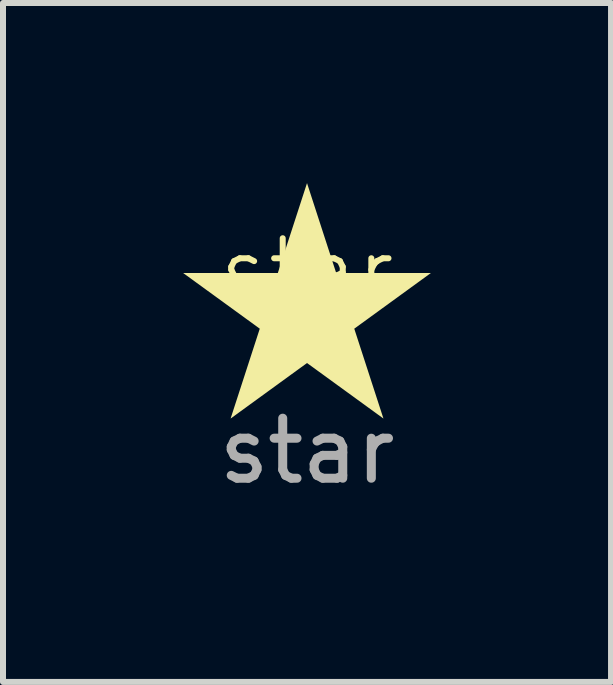
<source format=kicad_pcb>
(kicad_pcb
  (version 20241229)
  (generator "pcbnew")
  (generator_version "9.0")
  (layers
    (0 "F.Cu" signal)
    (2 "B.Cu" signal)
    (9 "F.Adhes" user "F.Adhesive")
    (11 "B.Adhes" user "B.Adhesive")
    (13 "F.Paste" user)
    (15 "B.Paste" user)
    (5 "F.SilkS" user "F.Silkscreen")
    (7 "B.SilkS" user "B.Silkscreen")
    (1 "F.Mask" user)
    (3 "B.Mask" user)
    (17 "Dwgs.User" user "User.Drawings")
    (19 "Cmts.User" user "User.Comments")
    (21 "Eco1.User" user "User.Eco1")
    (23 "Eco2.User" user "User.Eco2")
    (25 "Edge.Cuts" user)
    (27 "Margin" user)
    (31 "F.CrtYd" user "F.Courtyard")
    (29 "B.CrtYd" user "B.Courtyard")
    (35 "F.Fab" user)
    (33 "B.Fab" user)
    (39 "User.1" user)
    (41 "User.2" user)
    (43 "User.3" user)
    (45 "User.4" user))
  (footprint "star"
    (layer "F.Cu")
    (at 2.064 1.961)
    (property "Reference" "star" (at 0 -0.5 0) (unlocked yes) (layer "F.SilkS") (effects (font (size 1 1) (thickness 0.1))))
    (attr smd)
    (fp_poly (pts (xy 0.486 -0.464) (xy 2.064 -0.464) (xy 0.787 0.464) (xy 1.273 1.961) (xy 0 1.036) (xy -1.273 1.961) (xy -0.787 0.464) (xy -2.064 -0.464) (xy -0.486 -0.464) (xy 0 -1.961)) (stroke (width -0.000001) (type solid)) (fill yes) (layer "F.SilkS"))
    (fp_text user "${REFERENCE}" (at 0 2.5 0) (unlocked yes) (layer "F.Fab") (effects (font (size 1 1) (thickness 0.15)))))
  (gr_rect
    (start -3 -3)
    (end 7.128 8.309)
    (stroke (width 0.1) (type default))
    (fill no)
    (layer "Edge.Cuts")))
</source>
